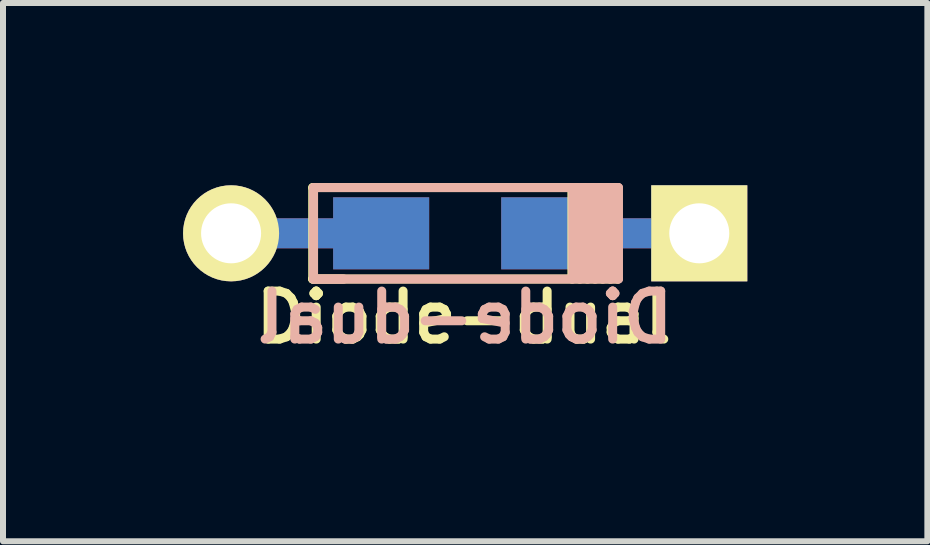
<source format=kicad_pcb>
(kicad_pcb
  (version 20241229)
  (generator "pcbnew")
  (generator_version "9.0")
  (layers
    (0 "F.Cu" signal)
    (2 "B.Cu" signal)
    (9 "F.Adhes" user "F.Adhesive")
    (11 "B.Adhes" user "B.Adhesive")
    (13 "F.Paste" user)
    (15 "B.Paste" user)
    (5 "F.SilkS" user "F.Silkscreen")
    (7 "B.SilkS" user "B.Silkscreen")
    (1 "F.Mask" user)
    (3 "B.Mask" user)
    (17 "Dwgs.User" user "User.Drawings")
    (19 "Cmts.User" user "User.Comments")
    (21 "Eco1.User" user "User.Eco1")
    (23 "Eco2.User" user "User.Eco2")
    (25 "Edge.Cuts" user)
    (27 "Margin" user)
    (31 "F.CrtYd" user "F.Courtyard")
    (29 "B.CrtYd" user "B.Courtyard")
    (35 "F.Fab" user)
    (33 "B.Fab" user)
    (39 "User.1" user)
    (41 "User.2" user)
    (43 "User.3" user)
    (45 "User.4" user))
  (footprint "Diode-dual"
    (layer "F.Cu")
    (at 4.7 0.837)
    (property "Reference" "Diode-dual" (at -0.025 1.4 0) (layer "F.SilkS") (effects (font (size 0.8 0.8) (thickness 0.15))))
    (attr smd)
    (fp_line (start -2.54 -0.762) (end -2.54 0.762) (stroke (width 0.15) (type solid)) (layer "F.SilkS"))
    (fp_line (start -2.54 0.762) (end -2.032 0.762) (stroke (width 0.15) (type solid)) (layer "F.SilkS"))
    (fp_line (start -2.54 0.762) (end 2.54 0.762) (stroke (width 0.15) (type solid)) (layer "F.SilkS"))
    (fp_line (start 1.778 0.762) (end 1.778 -0.762) (stroke (width 0.15) (type solid)) (layer "F.SilkS"))
    (fp_line (start 1.905 0.762) (end 1.905 -0.762) (stroke (width 0.15) (type solid)) (layer "F.SilkS"))
    (fp_line (start 2.032 -0.762) (end 2.032 0.762) (stroke (width 0.15) (type solid)) (layer "F.SilkS"))
    (fp_line (start 2.159 0.762) (end 2.159 -0.762) (stroke (width 0.15) (type solid)) (layer "F.SilkS"))
    (fp_line (start 2.286 -0.762) (end 2.286 0.762) (stroke (width 0.15) (type solid)) (layer "F.SilkS"))
    (fp_line (start 2.413 0.762) (end 2.413 -0.762) (stroke (width 0.15) (type solid)) (layer "F.SilkS"))
    (fp_line (start 2.54 -0.762) (end -2.54 -0.762) (stroke (width 0.15) (type solid)) (layer "F.SilkS"))
    (fp_line (start 2.54 0.762) (end 2.54 -0.762) (stroke (width 0.15) (type solid)) (layer "F.SilkS"))
    (fp_line (start -2.526 -0.762) (end -2.526 0.762) (stroke (width 0.15) (type solid)) (layer "B.SilkS"))
    (fp_line (start -2.526 0.762) (end -2.018 0.762) (stroke (width 0.15) (type solid)) (layer "B.SilkS"))
    (fp_line (start -2.526 0.762) (end 2.554 0.762) (stroke (width 0.15) (type solid)) (layer "B.SilkS"))
    (fp_line (start 1.792 0.762) (end 1.792 -0.762) (stroke (width 0.15) (type solid)) (layer "B.SilkS"))
    (fp_line (start 1.919 0.762) (end 1.919 -0.762) (stroke (width 0.15) (type solid)) (layer "B.SilkS"))
    (fp_line (start 2.046 -0.762) (end 2.046 0.762) (stroke (width 0.15) (type solid)) (layer "B.SilkS"))
    (fp_line (start 2.173 0.762) (end 2.173 -0.762) (stroke (width 0.15) (type solid)) (layer "B.SilkS"))
    (fp_line (start 2.3 -0.762) (end 2.3 0.762) (stroke (width 0.15) (type solid)) (layer "B.SilkS"))
    (fp_line (start 2.427 0.762) (end 2.427 -0.762) (stroke (width 0.15) (type solid)) (layer "B.SilkS"))
    (fp_line (start 2.554 -0.762) (end -2.526 -0.762) (stroke (width 0.15) (type solid)) (layer "B.SilkS"))
    (fp_line (start 2.554 0.762) (end 2.554 -0.762) (stroke (width 0.15) (type solid)) (layer "B.SilkS"))
    (fp_text user "${REFERENCE}" (at 0 1.4 0) (layer "B.SilkS") (effects (font (size 0.8 0.8) (thickness 0.15)) (justify mirror)))
    (pad "1" smd rect (at 1.4 0) (size 1.6 1.2) (layers "F.Cu" "F.Mask" "F.Paste"))
    (pad "1" smd rect (at 1.4 0) (size 1.6 1.2) (layers "B.Cu" "B.Mask" "B.Paste"))
    (pad "1" smd rect (at 2.5 0) (size 2.9 0.5) (layers "F.Cu"))
    (pad "1" smd rect (at 2.5 0) (size 2.9 0.5) (layers "B.Cu"))
    (pad "1" thru_hole rect (at 3.9 0) (size 1.6 1.6) (drill 1) (layers "*.Cu" "*.Mask" "F.SilkS"))
    (pad "2" thru_hole circle (at -3.9 0) (size 1.6 1.6) (drill 1) (layers "*.Cu" "*.Mask" "F.SilkS"))
    (pad "2" smd rect (at -2.5 0) (size 2.9 0.5) (layers "F.Cu"))
    (pad "2" smd rect (at -2.5 0) (size 2.9 0.5) (layers "B.Cu"))
    (pad "2" smd rect (at -1.4 0) (size 1.6 1.2) (layers "F.Cu" "F.Mask" "F.Paste"))
    (pad "2" smd rect (at -1.4 0) (size 1.6 1.2) (layers "B.Cu" "B.Mask" "B.Paste")))
  (gr_rect
    (start -3 -3)
    (end 12.4 5.968)
    (stroke (width 0.1) (type default))
    (fill no)
    (layer "Edge.Cuts")))
</source>
